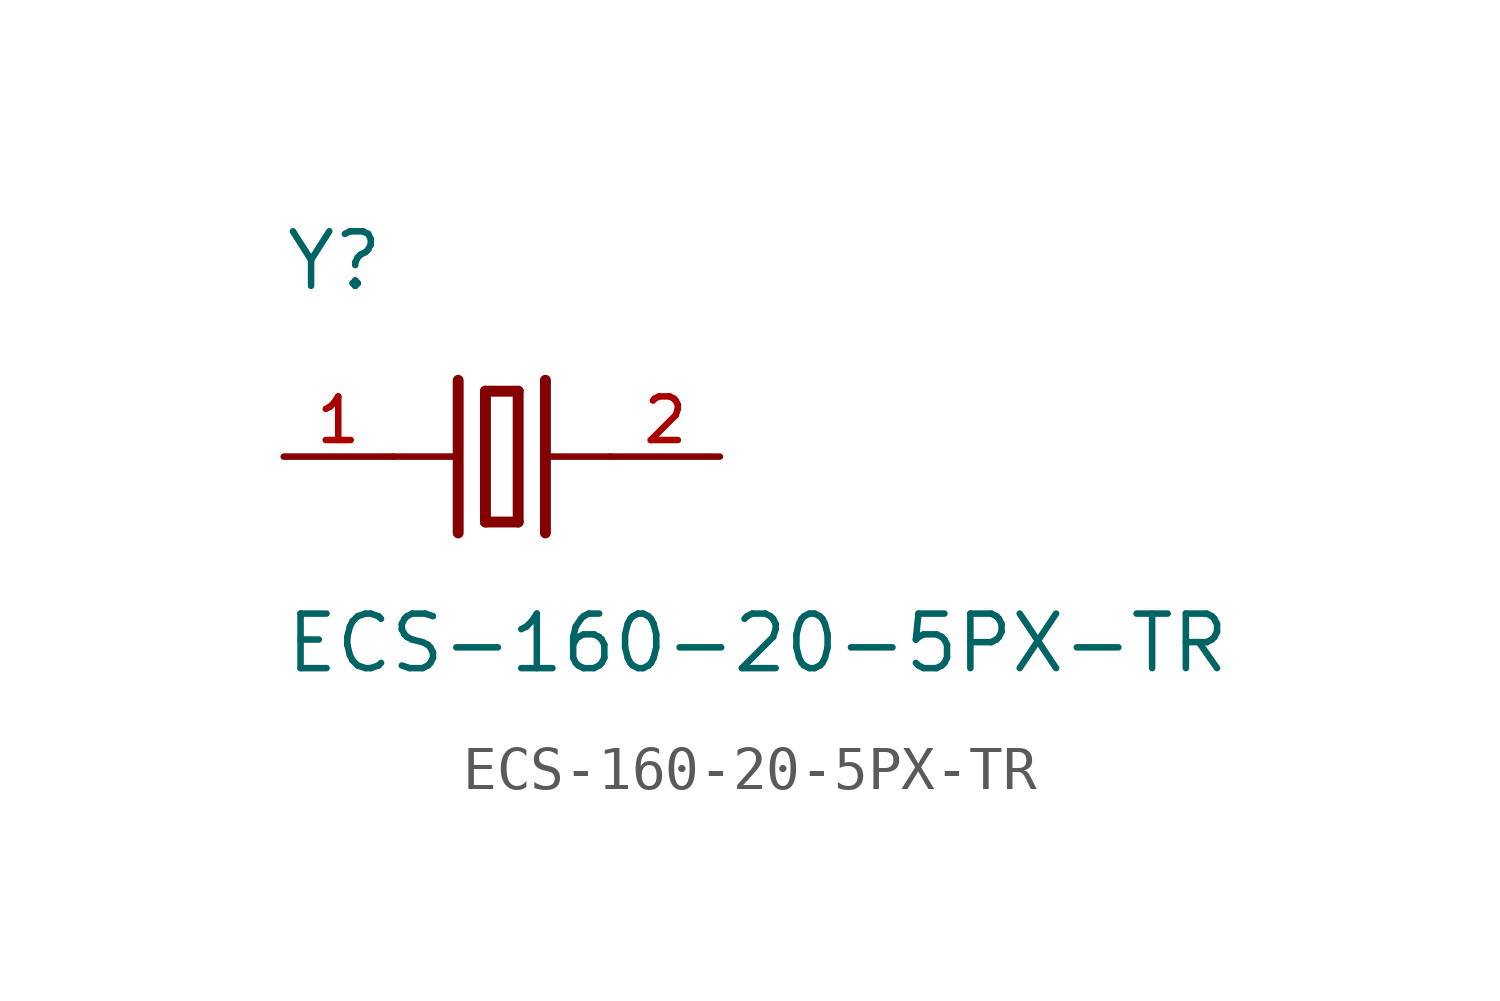
<source format=kicad_sym>
(kicad_symbol_lib
  (version 20211014)
  (generator kicad_symbol_editor)
  (symbol "ECS-160-20-5PX-TR"
    (pin_names
      (offset 1.016))
    (property "Reference" "Y"
      (at -5.087 3.815 0)
      (effects (font (size 1.27 1.27)) (justify bottom left)))
    (property "Value" "ECS-160-20-5PX-TR"
      (at -5.09 -5.09 0)
      (effects (font (size 1.27 1.27)) (justify bottom left)))
    (symbol "ECS-160-20-5PX-TR_0_0"
      (polyline (pts (xy 1.016 0.0) (xy 2.54 0.0)) (stroke (width 0.152)))
      (polyline (pts (xy -2.54 0.0) (xy -1.016 0.0)) (stroke (width 0.152)))
      (polyline (pts (xy -0.381 1.524) (xy -0.381 -1.524)) (stroke (width 0.254)))
      (polyline (pts (xy -0.381 -1.524) (xy 0.381 -1.524)) (stroke (width 0.254)))
      (polyline (pts (xy 0.381 -1.524) (xy 0.381 1.524)) (stroke (width 0.254)))
      (polyline (pts (xy 0.381 1.524) (xy -0.381 1.524)) (stroke (width 0.254)))
      (polyline (pts (xy 1.016 1.778) (xy 1.016 -1.778)) (stroke (width 0.254)))
      (polyline (pts (xy -1.016 1.778) (xy -1.016 -1.778)) (stroke (width 0.254)))
      (pin passive line (at 5.08 0.0 180.0) (length 2.54) (name "~" (effects (font (size 1.016 1.016)))) (number "2" (effects (font (size 1.016 1.016)))))
      (pin passive line (at -5.08 0.0 0) (length 2.54) (name "~" (effects (font (size 1.016 1.016)))) (number "1" (effects (font (size 1.016 1.016))))))))
</source>
